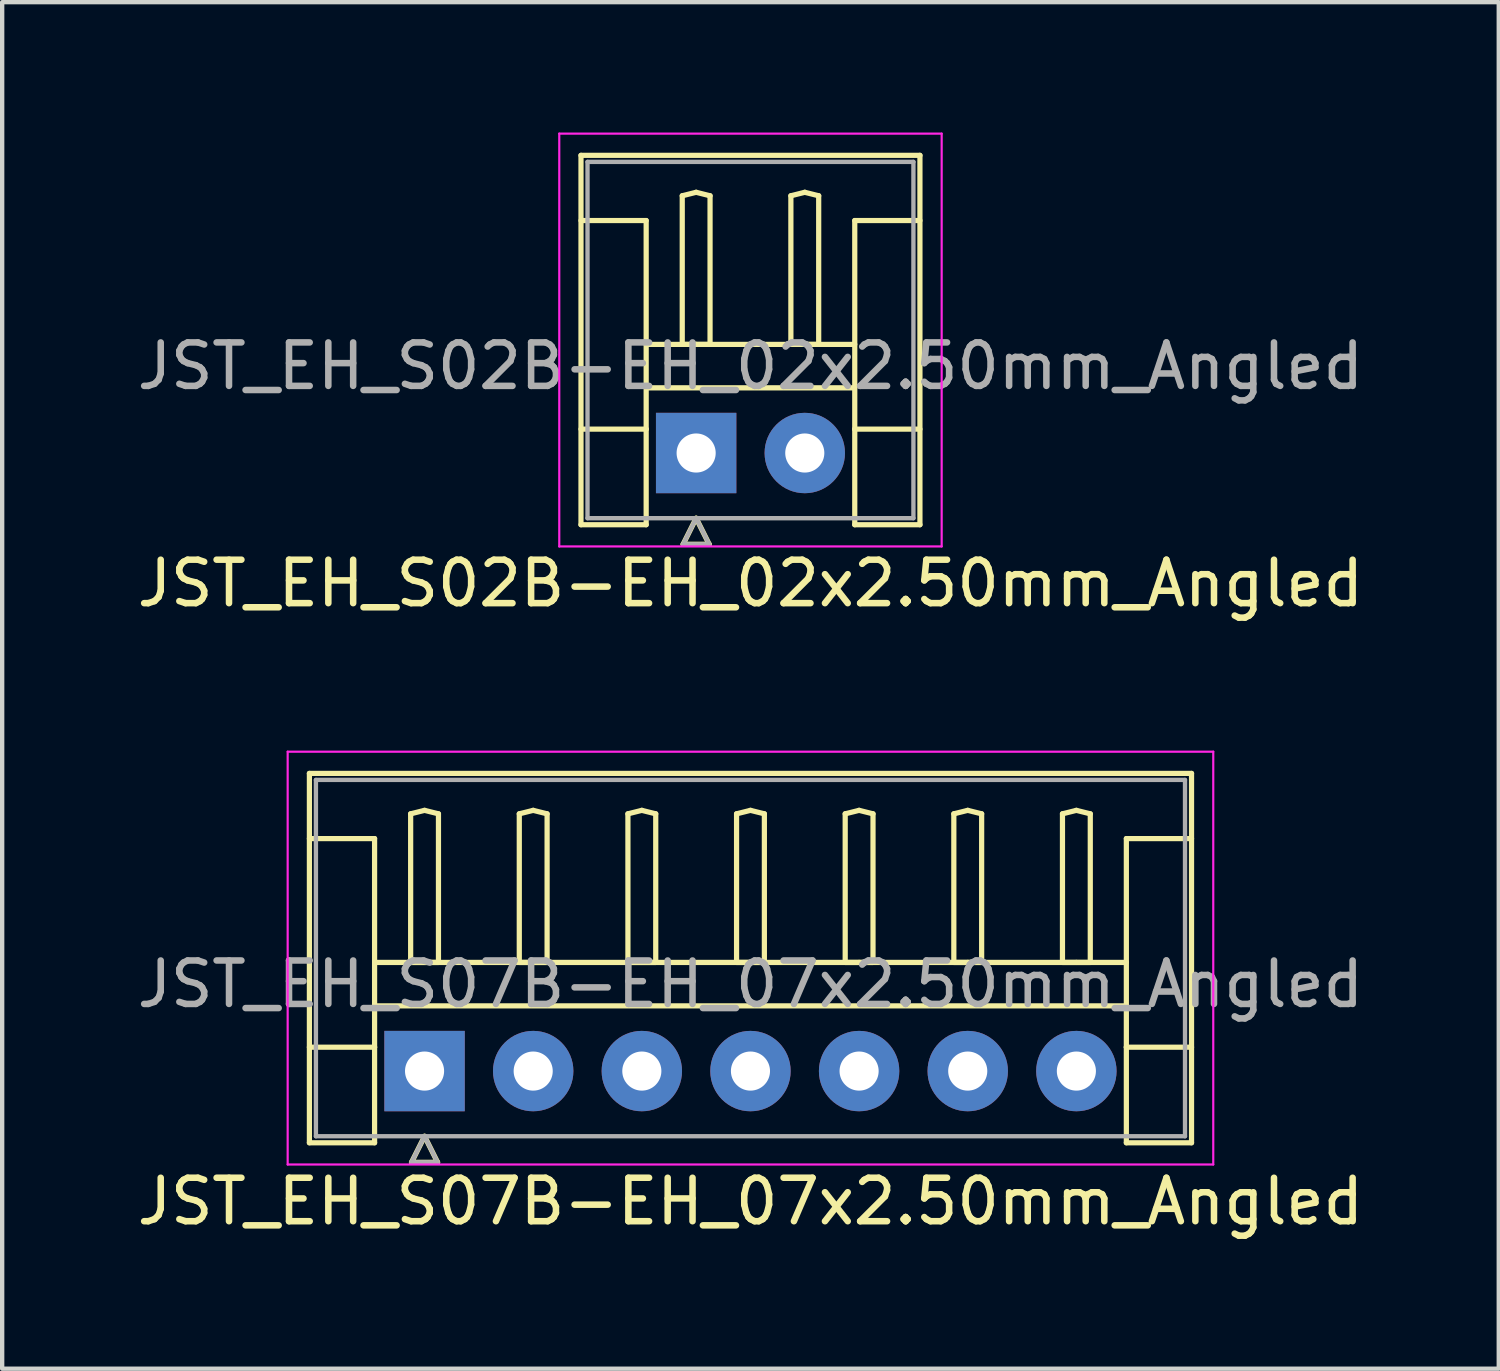
<source format=kicad_pcb>
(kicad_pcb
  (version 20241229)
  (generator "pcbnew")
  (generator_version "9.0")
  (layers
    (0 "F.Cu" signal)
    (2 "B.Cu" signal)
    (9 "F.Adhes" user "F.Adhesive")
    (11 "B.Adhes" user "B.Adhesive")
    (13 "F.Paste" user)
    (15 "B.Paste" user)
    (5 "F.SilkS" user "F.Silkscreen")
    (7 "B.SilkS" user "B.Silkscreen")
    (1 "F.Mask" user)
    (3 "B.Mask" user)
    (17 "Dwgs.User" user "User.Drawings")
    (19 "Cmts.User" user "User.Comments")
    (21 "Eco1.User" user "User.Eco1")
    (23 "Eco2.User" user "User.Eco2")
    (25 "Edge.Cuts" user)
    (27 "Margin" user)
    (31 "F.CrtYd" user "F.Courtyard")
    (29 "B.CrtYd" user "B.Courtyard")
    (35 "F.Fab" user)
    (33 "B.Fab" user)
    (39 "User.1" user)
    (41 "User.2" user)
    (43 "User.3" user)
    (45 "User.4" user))
  (footprint "JST_EH_S07B-EH_07x2.50mm_Angled"
    (layer "F.Cu")
    (at 6.72 21.598)
    (property "Reference" "JST_EH_S07B-EH_07x2.50mm_Angled" (at 7.5 3 0) (layer "F.SilkS") (effects (font (size 1 1) (thickness 0.15))))
    (attr through_hole)
    (fp_line (start -2.65 -6.85) (end 17.65 -6.85) (stroke (width 0.12) (type solid)) (layer "F.SilkS"))
    (fp_line (start -2.65 -5.35) (end -1.15 -5.35) (stroke (width 0.12) (type solid)) (layer "F.SilkS"))
    (fp_line (start -2.65 1.65) (end -2.65 -6.85) (stroke (width 0.12) (type solid)) (layer "F.SilkS"))
    (fp_line (start -1.15 -5.35) (end -1.15 -0.55) (stroke (width 0.12) (type solid)) (layer "F.SilkS"))
    (fp_line (start -1.15 -2.5) (end 16.15 -2.5) (stroke (width 0.12) (type solid)) (layer "F.SilkS"))
    (fp_line (start -1.15 -1.5) (end 16.15 -1.5) (stroke (width 0.12) (type solid)) (layer "F.SilkS"))
    (fp_line (start -1.15 -0.55) (end -2.65 -0.55) (stroke (width 0.12) (type solid)) (layer "F.SilkS"))
    (fp_line (start -1.15 -0.55) (end -1.15 1.65) (stroke (width 0.12) (type solid)) (layer "F.SilkS"))
    (fp_line (start -1.15 1.65) (end -2.65 1.65) (stroke (width 0.12) (type solid)) (layer "F.SilkS"))
    (fp_line (start -0.32 -5.92) (end 0 -6) (stroke (width 0.12) (type solid)) (layer "F.SilkS"))
    (fp_line (start -0.32 -2.5) (end -0.32 -5.92) (stroke (width 0.12) (type solid)) (layer "F.SilkS"))
    (fp_line (start -0.3 2.1) (end 0.3 2.1) (stroke (width 0.12) (type solid)) (layer "F.SilkS"))
    (fp_line (start 0 -6) (end 0.32 -5.92) (stroke (width 0.12) (type solid)) (layer "F.SilkS"))
    (fp_line (start 0 -2.5) (end -0.32 -2.5) (stroke (width 0.12) (type solid)) (layer "F.SilkS"))
    (fp_line (start 0 1.5) (end -0.3 2.1) (stroke (width 0.12) (type solid)) (layer "F.SilkS"))
    (fp_line (start 0.3 2.1) (end 0 1.5) (stroke (width 0.12) (type solid)) (layer "F.SilkS"))
    (fp_line (start 0.32 -5.92) (end 0.32 -2.5) (stroke (width 0.12) (type solid)) (layer "F.SilkS"))
    (fp_line (start 0.32 -2.5) (end 0 -2.5) (stroke (width 0.12) (type solid)) (layer "F.SilkS"))
    (fp_line (start 2.18 -5.92) (end 2.5 -6) (stroke (width 0.12) (type solid)) (layer "F.SilkS"))
    (fp_line (start 2.18 -2.5) (end 2.18 -5.92) (stroke (width 0.12) (type solid)) (layer "F.SilkS"))
    (fp_line (start 2.5 -6) (end 2.82 -5.92) (stroke (width 0.12) (type solid)) (layer "F.SilkS"))
    (fp_line (start 2.5 -2.5) (end 2.18 -2.5) (stroke (width 0.12) (type solid)) (layer "F.SilkS"))
    (fp_line (start 2.82 -5.92) (end 2.82 -2.5) (stroke (width 0.12) (type solid)) (layer "F.SilkS"))
    (fp_line (start 2.82 -2.5) (end 2.5 -2.5) (stroke (width 0.12) (type solid)) (layer "F.SilkS"))
    (fp_line (start 4.68 -5.92) (end 5 -6) (stroke (width 0.12) (type solid)) (layer "F.SilkS"))
    (fp_line (start 4.68 -2.5) (end 4.68 -5.92) (stroke (width 0.12) (type solid)) (layer "F.SilkS"))
    (fp_line (start 5 -6) (end 5.32 -5.92) (stroke (width 0.12) (type solid)) (layer "F.SilkS"))
    (fp_line (start 5 -2.5) (end 4.68 -2.5) (stroke (width 0.12) (type solid)) (layer "F.SilkS"))
    (fp_line (start 5.32 -5.92) (end 5.32 -2.5) (stroke (width 0.12) (type solid)) (layer "F.SilkS"))
    (fp_line (start 5.32 -2.5) (end 5 -2.5) (stroke (width 0.12) (type solid)) (layer "F.SilkS"))
    (fp_line (start 7.18 -5.92) (end 7.5 -6) (stroke (width 0.12) (type solid)) (layer "F.SilkS"))
    (fp_line (start 7.18 -2.5) (end 7.18 -5.92) (stroke (width 0.12) (type solid)) (layer "F.SilkS"))
    (fp_line (start 7.5 -6) (end 7.82 -5.92) (stroke (width 0.12) (type solid)) (layer "F.SilkS"))
    (fp_line (start 7.5 -2.5) (end 7.18 -2.5) (stroke (width 0.12) (type solid)) (layer "F.SilkS"))
    (fp_line (start 7.82 -5.92) (end 7.82 -2.5) (stroke (width 0.12) (type solid)) (layer "F.SilkS"))
    (fp_line (start 7.82 -2.5) (end 7.5 -2.5) (stroke (width 0.12) (type solid)) (layer "F.SilkS"))
    (fp_line (start 9.68 -5.92) (end 10 -6) (stroke (width 0.12) (type solid)) (layer "F.SilkS"))
    (fp_line (start 9.68 -2.5) (end 9.68 -5.92) (stroke (width 0.12) (type solid)) (layer "F.SilkS"))
    (fp_line (start 10 -6) (end 10.32 -5.92) (stroke (width 0.12) (type solid)) (layer "F.SilkS"))
    (fp_line (start 10 -2.5) (end 9.68 -2.5) (stroke (width 0.12) (type solid)) (layer "F.SilkS"))
    (fp_line (start 10.32 -5.92) (end 10.32 -2.5) (stroke (width 0.12) (type solid)) (layer "F.SilkS"))
    (fp_line (start 10.32 -2.5) (end 10 -2.5) (stroke (width 0.12) (type solid)) (layer "F.SilkS"))
    (fp_line (start 12.18 -5.92) (end 12.5 -6) (stroke (width 0.12) (type solid)) (layer "F.SilkS"))
    (fp_line (start 12.18 -2.5) (end 12.18 -5.92) (stroke (width 0.12) (type solid)) (layer "F.SilkS"))
    (fp_line (start 12.5 -6) (end 12.82 -5.92) (stroke (width 0.12) (type solid)) (layer "F.SilkS"))
    (fp_line (start 12.5 -2.5) (end 12.18 -2.5) (stroke (width 0.12) (type solid)) (layer "F.SilkS"))
    (fp_line (start 12.82 -5.92) (end 12.82 -2.5) (stroke (width 0.12) (type solid)) (layer "F.SilkS"))
    (fp_line (start 12.82 -2.5) (end 12.5 -2.5) (stroke (width 0.12) (type solid)) (layer "F.SilkS"))
    (fp_line (start 14.68 -5.92) (end 15 -6) (stroke (width 0.12) (type solid)) (layer "F.SilkS"))
    (fp_line (start 14.68 -2.5) (end 14.68 -5.92) (stroke (width 0.12) (type solid)) (layer "F.SilkS"))
    (fp_line (start 15 -6) (end 15.32 -5.92) (stroke (width 0.12) (type solid)) (layer "F.SilkS"))
    (fp_line (start 15 -2.5) (end 14.68 -2.5) (stroke (width 0.12) (type solid)) (layer "F.SilkS"))
    (fp_line (start 15.32 -5.92) (end 15.32 -2.5) (stroke (width 0.12) (type solid)) (layer "F.SilkS"))
    (fp_line (start 15.32 -2.5) (end 15 -2.5) (stroke (width 0.12) (type solid)) (layer "F.SilkS"))
    (fp_line (start 16.15 -5.35) (end 16.15 -0.55) (stroke (width 0.12) (type solid)) (layer "F.SilkS"))
    (fp_line (start 16.15 -0.55) (end 17.65 -0.55) (stroke (width 0.12) (type solid)) (layer "F.SilkS"))
    (fp_line (start 16.15 1.65) (end 16.15 -0.55) (stroke (width 0.12) (type solid)) (layer "F.SilkS"))
    (fp_line (start 17.65 -6.85) (end 17.65 1.65) (stroke (width 0.12) (type solid)) (layer "F.SilkS"))
    (fp_line (start 17.65 -5.35) (end 16.15 -5.35) (stroke (width 0.12) (type solid)) (layer "F.SilkS"))
    (fp_line (start 17.65 1.65) (end 16.15 1.65) (stroke (width 0.12) (type solid)) (layer "F.SilkS"))
    (fp_line (start -3.15 -7.35) (end -3.15 2.15) (stroke (width 0.05) (type solid)) (layer "F.CrtYd"))
    (fp_line (start -3.15 2.15) (end 18.15 2.15) (stroke (width 0.05) (type solid)) (layer "F.CrtYd"))
    (fp_line (start 18.15 -7.35) (end -3.15 -7.35) (stroke (width 0.05) (type solid)) (layer "F.CrtYd"))
    (fp_line (start 18.15 2.15) (end 18.15 -7.35) (stroke (width 0.05) (type solid)) (layer "F.CrtYd"))
    (fp_line (start -2.5 -6.7) (end -2.5 1.5) (stroke (width 0.1) (type solid)) (layer "F.Fab"))
    (fp_line (start -2.5 1.5) (end 17.5 1.5) (stroke (width 0.1) (type solid)) (layer "F.Fab"))
    (fp_line (start -0.3 2.1) (end 0.3 2.1) (stroke (width 0.1) (type solid)) (layer "F.Fab"))
    (fp_line (start 0 1.5) (end -0.3 2.1) (stroke (width 0.1) (type solid)) (layer "F.Fab"))
    (fp_line (start 0.3 2.1) (end 0 1.5) (stroke (width 0.1) (type solid)) (layer "F.Fab"))
    (fp_line (start 17.5 -6.7) (end -2.5 -6.7) (stroke (width 0.1) (type solid)) (layer "F.Fab"))
    (fp_line (start 17.5 1.5) (end 17.5 -6.7) (stroke (width 0.1) (type solid)) (layer "F.Fab"))
    (fp_text user "${REFERENCE}" (at 7.5 -2 0) (layer "F.Fab") (effects (font (size 1 1) (thickness 0.15))))
    (pad "1" thru_hole rect (at 0 0) (size 1.85 1.85) (drill 0.9) (layers "*.Cu" "*.Mask"))
    (pad "2" thru_hole circle (at 2.5 0) (size 1.85 1.85) (drill 0.9) (layers "*.Cu" "*.Mask"))
    (pad "3" thru_hole circle (at 5 0) (size 1.85 1.85) (drill 0.9) (layers "*.Cu" "*.Mask"))
    (pad "4" thru_hole circle (at 7.5 0) (size 1.85 1.85) (drill 0.9) (layers "*.Cu" "*.Mask"))
    (pad "5" thru_hole circle (at 10 0) (size 1.85 1.85) (drill 0.9) (layers "*.Cu" "*.Mask"))
    (pad "6" thru_hole circle (at 12.5 0) (size 1.85 1.85) (drill 0.9) (layers "*.Cu" "*.Mask"))
    (pad "7" thru_hole circle (at 15 0) (size 1.85 1.85) (drill 0.9) (layers "*.Cu" "*.Mask")))
  (footprint "JST_EH_S02B-EH_02x2.50mm_Angled"
    (layer "F.Cu")
    (at 12.97 7.375)
    (property "Reference" "JST_EH_S02B-EH_02x2.50mm_Angled" (at 1.25 3 0) (layer "F.SilkS") (effects (font (size 1 1) (thickness 0.15))))
    (attr through_hole)
    (fp_line (start -2.65 -6.85) (end 5.15 -6.85) (stroke (width 0.12) (type solid)) (layer "F.SilkS"))
    (fp_line (start -2.65 -5.35) (end -1.15 -5.35) (stroke (width 0.12) (type solid)) (layer "F.SilkS"))
    (fp_line (start -2.65 1.65) (end -2.65 -6.85) (stroke (width 0.12) (type solid)) (layer "F.SilkS"))
    (fp_line (start -1.15 -5.35) (end -1.15 -0.55) (stroke (width 0.12) (type solid)) (layer "F.SilkS"))
    (fp_line (start -1.15 -2.5) (end 3.65 -2.5) (stroke (width 0.12) (type solid)) (layer "F.SilkS"))
    (fp_line (start -1.15 -1.5) (end 3.65 -1.5) (stroke (width 0.12) (type solid)) (layer "F.SilkS"))
    (fp_line (start -1.15 -0.55) (end -2.65 -0.55) (stroke (width 0.12) (type solid)) (layer "F.SilkS"))
    (fp_line (start -1.15 -0.55) (end -1.15 1.65) (stroke (width 0.12) (type solid)) (layer "F.SilkS"))
    (fp_line (start -1.15 1.65) (end -2.65 1.65) (stroke (width 0.12) (type solid)) (layer "F.SilkS"))
    (fp_line (start -0.32 -5.92) (end 0 -6) (stroke (width 0.12) (type solid)) (layer "F.SilkS"))
    (fp_line (start -0.32 -2.5) (end -0.32 -5.92) (stroke (width 0.12) (type solid)) (layer "F.SilkS"))
    (fp_line (start -0.3 2.1) (end 0.3 2.1) (stroke (width 0.12) (type solid)) (layer "F.SilkS"))
    (fp_line (start 0 -6) (end 0.32 -5.92) (stroke (width 0.12) (type solid)) (layer "F.SilkS"))
    (fp_line (start 0 -2.5) (end -0.32 -2.5) (stroke (width 0.12) (type solid)) (layer "F.SilkS"))
    (fp_line (start 0 1.5) (end -0.3 2.1) (stroke (width 0.12) (type solid)) (layer "F.SilkS"))
    (fp_line (start 0.3 2.1) (end 0 1.5) (stroke (width 0.12) (type solid)) (layer "F.SilkS"))
    (fp_line (start 0.32 -5.92) (end 0.32 -2.5) (stroke (width 0.12) (type solid)) (layer "F.SilkS"))
    (fp_line (start 0.32 -2.5) (end 0 -2.5) (stroke (width 0.12) (type solid)) (layer "F.SilkS"))
    (fp_line (start 2.18 -5.92) (end 2.5 -6) (stroke (width 0.12) (type solid)) (layer "F.SilkS"))
    (fp_line (start 2.18 -2.5) (end 2.18 -5.92) (stroke (width 0.12) (type solid)) (layer "F.SilkS"))
    (fp_line (start 2.5 -6) (end 2.82 -5.92) (stroke (width 0.12) (type solid)) (layer "F.SilkS"))
    (fp_line (start 2.5 -2.5) (end 2.18 -2.5) (stroke (width 0.12) (type solid)) (layer "F.SilkS"))
    (fp_line (start 2.82 -5.92) (end 2.82 -2.5) (stroke (width 0.12) (type solid)) (layer "F.SilkS"))
    (fp_line (start 2.82 -2.5) (end 2.5 -2.5) (stroke (width 0.12) (type solid)) (layer "F.SilkS"))
    (fp_line (start 3.65 -5.35) (end 3.65 -0.55) (stroke (width 0.12) (type solid)) (layer "F.SilkS"))
    (fp_line (start 3.65 -0.55) (end 5.15 -0.55) (stroke (width 0.12) (type solid)) (layer "F.SilkS"))
    (fp_line (start 3.65 1.65) (end 3.65 -0.55) (stroke (width 0.12) (type solid)) (layer "F.SilkS"))
    (fp_line (start 5.15 -6.85) (end 5.15 1.65) (stroke (width 0.12) (type solid)) (layer "F.SilkS"))
    (fp_line (start 5.15 -5.35) (end 3.65 -5.35) (stroke (width 0.12) (type solid)) (layer "F.SilkS"))
    (fp_line (start 5.15 1.65) (end 3.65 1.65) (stroke (width 0.12) (type solid)) (layer "F.SilkS"))
    (fp_line (start -3.15 -7.35) (end -3.15 2.15) (stroke (width 0.05) (type solid)) (layer "F.CrtYd"))
    (fp_line (start -3.15 2.15) (end 5.65 2.15) (stroke (width 0.05) (type solid)) (layer "F.CrtYd"))
    (fp_line (start 5.65 -7.35) (end -3.15 -7.35) (stroke (width 0.05) (type solid)) (layer "F.CrtYd"))
    (fp_line (start 5.65 2.15) (end 5.65 -7.35) (stroke (width 0.05) (type solid)) (layer "F.CrtYd"))
    (fp_line (start -2.5 -6.7) (end -2.5 1.5) (stroke (width 0.1) (type solid)) (layer "F.Fab"))
    (fp_line (start -2.5 1.5) (end 5 1.5) (stroke (width 0.1) (type solid)) (layer "F.Fab"))
    (fp_line (start -0.3 2.1) (end 0.3 2.1) (stroke (width 0.1) (type solid)) (layer "F.Fab"))
    (fp_line (start 0 1.5) (end -0.3 2.1) (stroke (width 0.1) (type solid)) (layer "F.Fab"))
    (fp_line (start 0.3 2.1) (end 0 1.5) (stroke (width 0.1) (type solid)) (layer "F.Fab"))
    (fp_line (start 5 -6.7) (end -2.5 -6.7) (stroke (width 0.1) (type solid)) (layer "F.Fab"))
    (fp_line (start 5 1.5) (end 5 -6.7) (stroke (width 0.1) (type solid)) (layer "F.Fab"))
    (fp_text user "${REFERENCE}" (at 1.25 -2 0) (layer "F.Fab") (effects (font (size 1 1) (thickness 0.15))))
    (pad "1" thru_hole rect (at 0 0) (size 1.85 1.85) (drill 0.9) (layers "*.Cu" "*.Mask"))
    (pad "2" thru_hole circle (at 2.5 0) (size 1.85 1.85) (drill 0.9) (layers "*.Cu" "*.Mask")))
  (gr_rect
    (start -3 -3)
    (end 31.44 28.447)
    (stroke (width 0.1) (type default))
    (fill no)
    (layer "Edge.Cuts")))
</source>
